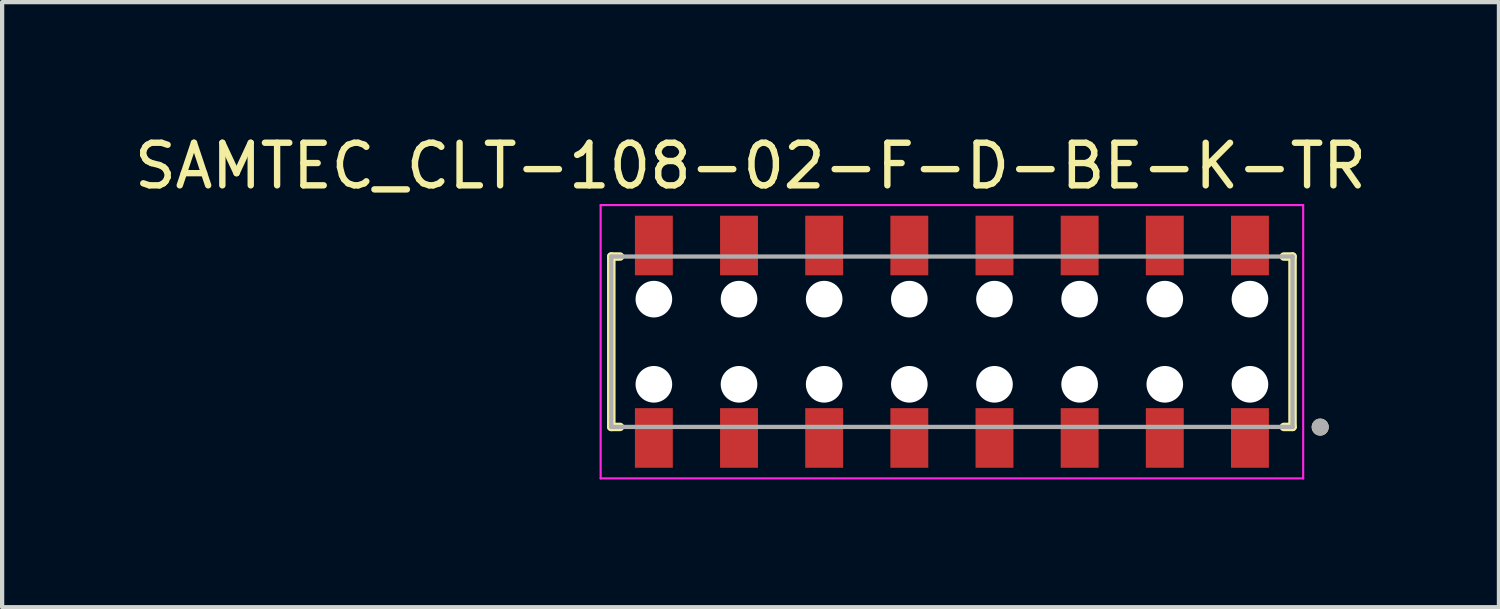
<source format=kicad_pcb>
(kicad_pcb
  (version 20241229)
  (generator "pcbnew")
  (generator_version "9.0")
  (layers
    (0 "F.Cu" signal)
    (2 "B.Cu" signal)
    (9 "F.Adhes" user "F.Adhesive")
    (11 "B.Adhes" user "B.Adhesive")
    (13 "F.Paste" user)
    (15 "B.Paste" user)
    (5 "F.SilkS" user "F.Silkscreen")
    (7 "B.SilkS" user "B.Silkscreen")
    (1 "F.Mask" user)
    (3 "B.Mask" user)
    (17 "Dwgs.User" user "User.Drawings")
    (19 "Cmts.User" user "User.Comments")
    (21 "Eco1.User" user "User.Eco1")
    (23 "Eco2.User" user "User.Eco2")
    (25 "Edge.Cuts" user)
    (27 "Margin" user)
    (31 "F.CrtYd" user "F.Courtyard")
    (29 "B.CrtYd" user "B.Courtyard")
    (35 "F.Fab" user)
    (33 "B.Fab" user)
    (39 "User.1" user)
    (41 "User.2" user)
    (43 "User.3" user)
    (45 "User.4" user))
  (footprint "SAMTEC_CLT-108-02-F-D-BE-K-TR"
    (layer "F.Cu")
    (at 19.307 4.976)
    (property "Reference" "SAMTEC_CLT-108-02-F-D-BE-K-TR" (at -4.73 -4.128 0) (layer "F.SilkS") (effects (font (size 1 1) (thickness 0.15))))
    (attr smd)
    (fp_line (start -8 -2.001) (end -8 2.001) (stroke (width 0.2) (type solid)) (layer "F.SilkS"))
    (fp_line (start -8 2.001) (end -7.795 2.001) (stroke (width 0.2) (type solid)) (layer "F.SilkS"))
    (fp_line (start -7.795 -2.001) (end -8 -2.001) (stroke (width 0.2) (type solid)) (layer "F.SilkS"))
    (fp_line (start 7.795 2.001) (end 8 2.001) (stroke (width 0.2) (type solid)) (layer "F.SilkS"))
    (fp_line (start 8 -2.001) (end 7.795 -2.001) (stroke (width 0.2) (type solid)) (layer "F.SilkS"))
    (fp_line (start 8 2.001) (end 8 -2.001) (stroke (width 0.2) (type solid)) (layer "F.SilkS"))
    (fp_circle (center 8.65 2.005) (end 8.75 2.005) (stroke (width 0.2) (type solid)) (fill no) (layer "F.SilkS"))
    (fp_line (start -8.25 -3.21) (end -8.25 3.21) (stroke (width 0.05) (type solid)) (layer "F.CrtYd"))
    (fp_line (start -8.25 3.21) (end 8.25 3.21) (stroke (width 0.05) (type solid)) (layer "F.CrtYd"))
    (fp_line (start 8.25 -3.21) (end -8.25 -3.21) (stroke (width 0.05) (type solid)) (layer "F.CrtYd"))
    (fp_line (start 8.25 3.21) (end 8.25 -3.21) (stroke (width 0.05) (type solid)) (layer "F.CrtYd"))
    (fp_line (start -8 -2.001) (end -8 2.001) (stroke (width 0.1) (type solid)) (layer "F.Fab"))
    (fp_line (start -8 2.001) (end 8 2.001) (stroke (width 0.1) (type solid)) (layer "F.Fab"))
    (fp_line (start 8 -2.001) (end -8 -2.001) (stroke (width 0.1) (type solid)) (layer "F.Fab"))
    (fp_line (start 8 2.001) (end 8 -2.001) (stroke (width 0.1) (type solid)) (layer "F.Fab"))
    (fp_circle (center 8.65 2.005) (end 8.75 2.005) (stroke (width 0.2) (type solid)) (fill no) (layer "F.Fab"))
    (pad "" np_thru_hole circle (at -7 -1) (size 0.86 0.86) (drill 0.86) (layers "*.Cu" "*.Mask"))
    (pad "" np_thru_hole circle (at -7 1) (size 0.86 0.86) (drill 0.86) (layers "*.Cu" "*.Mask"))
    (pad "" np_thru_hole circle (at -5 -1) (size 0.86 0.86) (drill 0.86) (layers "*.Cu" "*.Mask"))
    (pad "" np_thru_hole circle (at -5 1) (size 0.86 0.86) (drill 0.86) (layers "*.Cu" "*.Mask"))
    (pad "" np_thru_hole circle (at -3 -1) (size 0.86 0.86) (drill 0.86) (layers "*.Cu" "*.Mask"))
    (pad "" np_thru_hole circle (at -3 1) (size 0.86 0.86) (drill 0.86) (layers "*.Cu" "*.Mask"))
    (pad "" np_thru_hole circle (at -1 -1) (size 0.86 0.86) (drill 0.86) (layers "*.Cu" "*.Mask"))
    (pad "" np_thru_hole circle (at -1 1) (size 0.86 0.86) (drill 0.86) (layers "*.Cu" "*.Mask"))
    (pad "" np_thru_hole circle (at 1 -1) (size 0.86 0.86) (drill 0.86) (layers "*.Cu" "*.Mask"))
    (pad "" np_thru_hole circle (at 1 1) (size 0.86 0.86) (drill 0.86) (layers "*.Cu" "*.Mask"))
    (pad "" np_thru_hole circle (at 3 -1) (size 0.86 0.86) (drill 0.86) (layers "*.Cu" "*.Mask"))
    (pad "" np_thru_hole circle (at 3 1) (size 0.86 0.86) (drill 0.86) (layers "*.Cu" "*.Mask"))
    (pad "" np_thru_hole circle (at 5 -1) (size 0.86 0.86) (drill 0.86) (layers "*.Cu" "*.Mask"))
    (pad "" np_thru_hole circle (at 5 1) (size 0.86 0.86) (drill 0.86) (layers "*.Cu" "*.Mask"))
    (pad "" np_thru_hole circle (at 7 -1) (size 0.86 0.86) (drill 0.86) (layers "*.Cu" "*.Mask"))
    (pad "" np_thru_hole circle (at 7 1) (size 0.86 0.86) (drill 0.86) (layers "*.Cu" "*.Mask"))
    (pad "01" smd rect (at 7 2.26) (size 0.89 1.4) (layers "F.Cu" "F.Mask" "F.Paste"))
    (pad "02" smd rect (at 7 -2.26) (size 0.89 1.4) (layers "F.Cu" "F.Mask" "F.Paste"))
    (pad "03" smd rect (at 5 2.26) (size 0.89 1.4) (layers "F.Cu" "F.Mask" "F.Paste"))
    (pad "04" smd rect (at 5 -2.26) (size 0.89 1.4) (layers "F.Cu" "F.Mask" "F.Paste"))
    (pad "05" smd rect (at 3 2.26) (size 0.89 1.4) (layers "F.Cu" "F.Mask" "F.Paste"))
    (pad "06" smd rect (at 3 -2.26) (size 0.89 1.4) (layers "F.Cu" "F.Mask" "F.Paste"))
    (pad "07" smd rect (at 1 2.26) (size 0.89 1.4) (layers "F.Cu" "F.Mask" "F.Paste"))
    (pad "08" smd rect (at 1 -2.26) (size 0.89 1.4) (layers "F.Cu" "F.Mask" "F.Paste"))
    (pad "09" smd rect (at -1 2.26) (size 0.89 1.4) (layers "F.Cu" "F.Mask" "F.Paste"))
    (pad "10" smd rect (at -1 -2.26) (size 0.89 1.4) (layers "F.Cu" "F.Mask" "F.Paste"))
    (pad "11" smd rect (at -3 2.26) (size 0.89 1.4) (layers "F.Cu" "F.Mask" "F.Paste"))
    (pad "12" smd rect (at -3 -2.26) (size 0.89 1.4) (layers "F.Cu" "F.Mask" "F.Paste"))
    (pad "13" smd rect (at -5 2.26) (size 0.89 1.4) (layers "F.Cu" "F.Mask" "F.Paste"))
    (pad "14" smd rect (at -5 -2.26) (size 0.89 1.4) (layers "F.Cu" "F.Mask" "F.Paste"))
    (pad "15" smd rect (at -7 2.26) (size 0.89 1.4) (layers "F.Cu" "F.Mask" "F.Paste"))
    (pad "16" smd rect (at -7 -2.26) (size 0.89 1.4) (layers "F.Cu" "F.Mask" "F.Paste")))
  (gr_rect
    (start -3 -3)
    (end 32.155 11.211)
    (stroke (width 0.1) (type default))
    (fill no)
    (layer "Edge.Cuts")))
</source>
